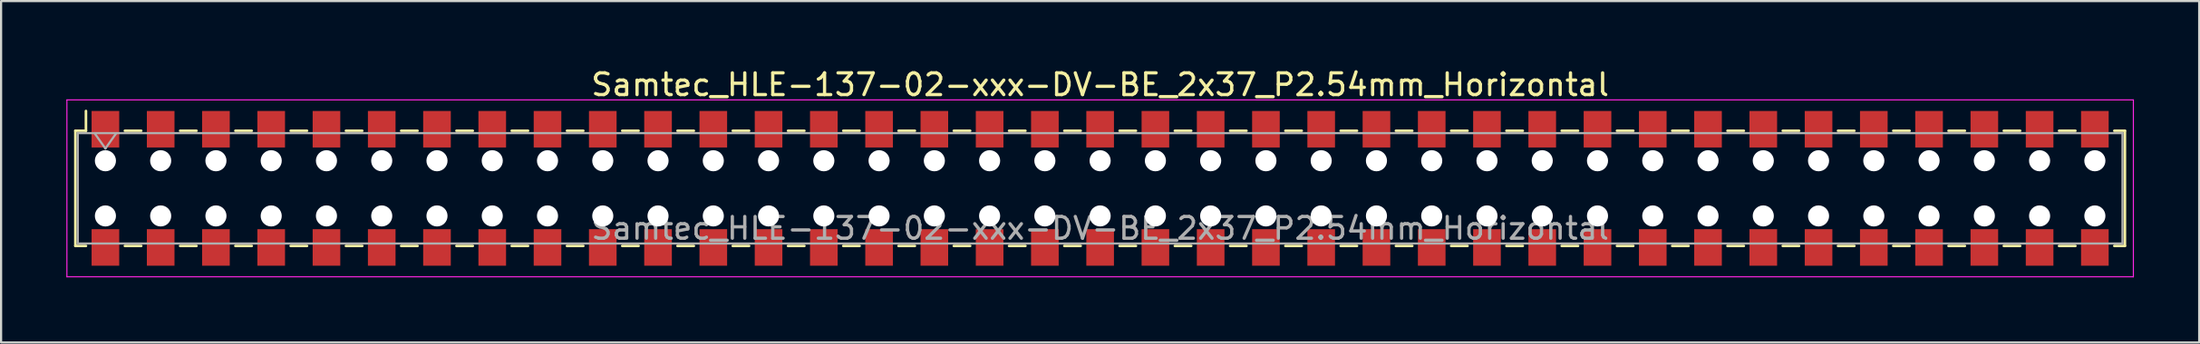
<source format=kicad_pcb>
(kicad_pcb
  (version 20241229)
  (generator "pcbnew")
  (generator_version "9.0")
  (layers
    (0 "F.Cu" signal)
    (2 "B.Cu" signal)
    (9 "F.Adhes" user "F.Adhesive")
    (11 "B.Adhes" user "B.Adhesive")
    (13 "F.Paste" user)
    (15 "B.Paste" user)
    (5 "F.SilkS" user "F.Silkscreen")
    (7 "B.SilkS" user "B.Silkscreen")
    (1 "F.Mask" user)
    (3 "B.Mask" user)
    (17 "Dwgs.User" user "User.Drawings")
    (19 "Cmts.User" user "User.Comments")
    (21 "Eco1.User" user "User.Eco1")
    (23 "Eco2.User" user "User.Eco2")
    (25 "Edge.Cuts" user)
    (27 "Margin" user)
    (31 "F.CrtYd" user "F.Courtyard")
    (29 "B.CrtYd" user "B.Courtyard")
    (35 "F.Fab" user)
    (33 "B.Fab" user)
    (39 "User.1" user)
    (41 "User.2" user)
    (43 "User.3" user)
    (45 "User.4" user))
  (footprint "Samtec_HLE-137-02-xxx-DV-BE_2x37_P2.54mm_Horizontal"
    (layer "F.Cu")
    (at 47.515 5.618)
    (property "Reference" "Samtec_HLE-137-02-xxx-DV-BE_2x37_P2.54mm_Horizontal" (at 0 -4.77 0) (layer "F.SilkS") (effects (font (size 1 1) (thickness 0.15))))
    (attr smd)
    (fp_line (start -47.1 -2.65) (end -47.1 2.65) (stroke (width 0.12) (type solid)) (layer "F.SilkS"))
    (fp_line (start -47.1 2.65) (end -46.615 2.65) (stroke (width 0.12) (type solid)) (layer "F.SilkS"))
    (fp_line (start -46.615 -3.56) (end -46.615 -2.65) (stroke (width 0.12) (type solid)) (layer "F.SilkS"))
    (fp_line (start -46.615 -2.65) (end -47.1 -2.65) (stroke (width 0.12) (type solid)) (layer "F.SilkS"))
    (fp_line (start -44.825 -2.65) (end -44.075 -2.65) (stroke (width 0.12) (type solid)) (layer "F.SilkS"))
    (fp_line (start -44.825 2.65) (end -44.075 2.65) (stroke (width 0.12) (type solid)) (layer "F.SilkS"))
    (fp_line (start -42.285 -2.65) (end -41.535 -2.65) (stroke (width 0.12) (type solid)) (layer "F.SilkS"))
    (fp_line (start -42.285 2.65) (end -41.535 2.65) (stroke (width 0.12) (type solid)) (layer "F.SilkS"))
    (fp_line (start -39.745 -2.65) (end -38.995 -2.65) (stroke (width 0.12) (type solid)) (layer "F.SilkS"))
    (fp_line (start -39.745 2.65) (end -38.995 2.65) (stroke (width 0.12) (type solid)) (layer "F.SilkS"))
    (fp_line (start -37.205 -2.65) (end -36.455 -2.65) (stroke (width 0.12) (type solid)) (layer "F.SilkS"))
    (fp_line (start -37.205 2.65) (end -36.455 2.65) (stroke (width 0.12) (type solid)) (layer "F.SilkS"))
    (fp_line (start -34.665 -2.65) (end -33.915 -2.65) (stroke (width 0.12) (type solid)) (layer "F.SilkS"))
    (fp_line (start -34.665 2.65) (end -33.915 2.65) (stroke (width 0.12) (type solid)) (layer "F.SilkS"))
    (fp_line (start -32.125 -2.65) (end -31.375 -2.65) (stroke (width 0.12) (type solid)) (layer "F.SilkS"))
    (fp_line (start -32.125 2.65) (end -31.375 2.65) (stroke (width 0.12) (type solid)) (layer "F.SilkS"))
    (fp_line (start -29.585 -2.65) (end -28.835 -2.65) (stroke (width 0.12) (type solid)) (layer "F.SilkS"))
    (fp_line (start -29.585 2.65) (end -28.835 2.65) (stroke (width 0.12) (type solid)) (layer "F.SilkS"))
    (fp_line (start -27.045 -2.65) (end -26.295 -2.65) (stroke (width 0.12) (type solid)) (layer "F.SilkS"))
    (fp_line (start -27.045 2.65) (end -26.295 2.65) (stroke (width 0.12) (type solid)) (layer "F.SilkS"))
    (fp_line (start -24.505 -2.65) (end -23.755 -2.65) (stroke (width 0.12) (type solid)) (layer "F.SilkS"))
    (fp_line (start -24.505 2.65) (end -23.755 2.65) (stroke (width 0.12) (type solid)) (layer "F.SilkS"))
    (fp_line (start -21.965 -2.65) (end -21.215 -2.65) (stroke (width 0.12) (type solid)) (layer "F.SilkS"))
    (fp_line (start -21.965 2.65) (end -21.215 2.65) (stroke (width 0.12) (type solid)) (layer "F.SilkS"))
    (fp_line (start -19.425 -2.65) (end -18.675 -2.65) (stroke (width 0.12) (type solid)) (layer "F.SilkS"))
    (fp_line (start -19.425 2.65) (end -18.675 2.65) (stroke (width 0.12) (type solid)) (layer "F.SilkS"))
    (fp_line (start -16.885 -2.65) (end -16.135 -2.65) (stroke (width 0.12) (type solid)) (layer "F.SilkS"))
    (fp_line (start -16.885 2.65) (end -16.135 2.65) (stroke (width 0.12) (type solid)) (layer "F.SilkS"))
    (fp_line (start -14.345 -2.65) (end -13.595 -2.65) (stroke (width 0.12) (type solid)) (layer "F.SilkS"))
    (fp_line (start -14.345 2.65) (end -13.595 2.65) (stroke (width 0.12) (type solid)) (layer "F.SilkS"))
    (fp_line (start -11.805 -2.65) (end -11.055 -2.65) (stroke (width 0.12) (type solid)) (layer "F.SilkS"))
    (fp_line (start -11.805 2.65) (end -11.055 2.65) (stroke (width 0.12) (type solid)) (layer "F.SilkS"))
    (fp_line (start -9.265 -2.65) (end -8.515 -2.65) (stroke (width 0.12) (type solid)) (layer "F.SilkS"))
    (fp_line (start -9.265 2.65) (end -8.515 2.65) (stroke (width 0.12) (type solid)) (layer "F.SilkS"))
    (fp_line (start -6.725 -2.65) (end -5.975 -2.65) (stroke (width 0.12) (type solid)) (layer "F.SilkS"))
    (fp_line (start -6.725 2.65) (end -5.975 2.65) (stroke (width 0.12) (type solid)) (layer "F.SilkS"))
    (fp_line (start -4.185 -2.65) (end -3.435 -2.65) (stroke (width 0.12) (type solid)) (layer "F.SilkS"))
    (fp_line (start -4.185 2.65) (end -3.435 2.65) (stroke (width 0.12) (type solid)) (layer "F.SilkS"))
    (fp_line (start -1.645 -2.65) (end -0.895 -2.65) (stroke (width 0.12) (type solid)) (layer "F.SilkS"))
    (fp_line (start -1.645 2.65) (end -0.895 2.65) (stroke (width 0.12) (type solid)) (layer "F.SilkS"))
    (fp_line (start 0.895 -2.65) (end 1.645 -2.65) (stroke (width 0.12) (type solid)) (layer "F.SilkS"))
    (fp_line (start 0.895 2.65) (end 1.645 2.65) (stroke (width 0.12) (type solid)) (layer "F.SilkS"))
    (fp_line (start 3.435 -2.65) (end 4.185 -2.65) (stroke (width 0.12) (type solid)) (layer "F.SilkS"))
    (fp_line (start 3.435 2.65) (end 4.185 2.65) (stroke (width 0.12) (type solid)) (layer "F.SilkS"))
    (fp_line (start 5.975 -2.65) (end 6.725 -2.65) (stroke (width 0.12) (type solid)) (layer "F.SilkS"))
    (fp_line (start 5.975 2.65) (end 6.725 2.65) (stroke (width 0.12) (type solid)) (layer "F.SilkS"))
    (fp_line (start 8.515 -2.65) (end 9.265 -2.65) (stroke (width 0.12) (type solid)) (layer "F.SilkS"))
    (fp_line (start 8.515 2.65) (end 9.265 2.65) (stroke (width 0.12) (type solid)) (layer "F.SilkS"))
    (fp_line (start 11.055 -2.65) (end 11.805 -2.65) (stroke (width 0.12) (type solid)) (layer "F.SilkS"))
    (fp_line (start 11.055 2.65) (end 11.805 2.65) (stroke (width 0.12) (type solid)) (layer "F.SilkS"))
    (fp_line (start 13.595 -2.65) (end 14.345 -2.65) (stroke (width 0.12) (type solid)) (layer "F.SilkS"))
    (fp_line (start 13.595 2.65) (end 14.345 2.65) (stroke (width 0.12) (type solid)) (layer "F.SilkS"))
    (fp_line (start 16.135 -2.65) (end 16.885 -2.65) (stroke (width 0.12) (type solid)) (layer "F.SilkS"))
    (fp_line (start 16.135 2.65) (end 16.885 2.65) (stroke (width 0.12) (type solid)) (layer "F.SilkS"))
    (fp_line (start 18.675 -2.65) (end 19.425 -2.65) (stroke (width 0.12) (type solid)) (layer "F.SilkS"))
    (fp_line (start 18.675 2.65) (end 19.425 2.65) (stroke (width 0.12) (type solid)) (layer "F.SilkS"))
    (fp_line (start 21.215 -2.65) (end 21.965 -2.65) (stroke (width 0.12) (type solid)) (layer "F.SilkS"))
    (fp_line (start 21.215 2.65) (end 21.965 2.65) (stroke (width 0.12) (type solid)) (layer "F.SilkS"))
    (fp_line (start 23.755 -2.65) (end 24.505 -2.65) (stroke (width 0.12) (type solid)) (layer "F.SilkS"))
    (fp_line (start 23.755 2.65) (end 24.505 2.65) (stroke (width 0.12) (type solid)) (layer "F.SilkS"))
    (fp_line (start 26.295 -2.65) (end 27.045 -2.65) (stroke (width 0.12) (type solid)) (layer "F.SilkS"))
    (fp_line (start 26.295 2.65) (end 27.045 2.65) (stroke (width 0.12) (type solid)) (layer "F.SilkS"))
    (fp_line (start 28.835 -2.65) (end 29.585 -2.65) (stroke (width 0.12) (type solid)) (layer "F.SilkS"))
    (fp_line (start 28.835 2.65) (end 29.585 2.65) (stroke (width 0.12) (type solid)) (layer "F.SilkS"))
    (fp_line (start 31.375 -2.65) (end 32.125 -2.65) (stroke (width 0.12) (type solid)) (layer "F.SilkS"))
    (fp_line (start 31.375 2.65) (end 32.125 2.65) (stroke (width 0.12) (type solid)) (layer "F.SilkS"))
    (fp_line (start 33.915 -2.65) (end 34.665 -2.65) (stroke (width 0.12) (type solid)) (layer "F.SilkS"))
    (fp_line (start 33.915 2.65) (end 34.665 2.65) (stroke (width 0.12) (type solid)) (layer "F.SilkS"))
    (fp_line (start 36.455 -2.65) (end 37.205 -2.65) (stroke (width 0.12) (type solid)) (layer "F.SilkS"))
    (fp_line (start 36.455 2.65) (end 37.205 2.65) (stroke (width 0.12) (type solid)) (layer "F.SilkS"))
    (fp_line (start 38.995 -2.65) (end 39.745 -2.65) (stroke (width 0.12) (type solid)) (layer "F.SilkS"))
    (fp_line (start 38.995 2.65) (end 39.745 2.65) (stroke (width 0.12) (type solid)) (layer "F.SilkS"))
    (fp_line (start 41.535 -2.65) (end 42.285 -2.65) (stroke (width 0.12) (type solid)) (layer "F.SilkS"))
    (fp_line (start 41.535 2.65) (end 42.285 2.65) (stroke (width 0.12) (type solid)) (layer "F.SilkS"))
    (fp_line (start 44.075 -2.65) (end 44.825 -2.65) (stroke (width 0.12) (type solid)) (layer "F.SilkS"))
    (fp_line (start 44.075 2.65) (end 44.825 2.65) (stroke (width 0.12) (type solid)) (layer "F.SilkS"))
    (fp_line (start 46.615 -2.65) (end 47.1 -2.65) (stroke (width 0.12) (type solid)) (layer "F.SilkS"))
    (fp_line (start 47.1 -2.65) (end 47.1 2.65) (stroke (width 0.12) (type solid)) (layer "F.SilkS"))
    (fp_line (start 47.1 2.65) (end 46.615 2.65) (stroke (width 0.12) (type solid)) (layer "F.SilkS"))
    (fp_line (start -47.49 -4.07) (end 47.49 -4.07) (stroke (width 0.05) (type solid)) (layer "F.CrtYd"))
    (fp_line (start -47.49 4.07) (end -47.49 -4.07) (stroke (width 0.05) (type solid)) (layer "F.CrtYd"))
    (fp_line (start 47.49 -4.07) (end 47.49 4.07) (stroke (width 0.05) (type solid)) (layer "F.CrtYd"))
    (fp_line (start 47.49 4.07) (end -47.49 4.07) (stroke (width 0.05) (type solid)) (layer "F.CrtYd"))
    (fp_line (start -46.99 -2.54) (end 46.99 -2.54) (stroke (width 0.1) (type solid)) (layer "F.Fab"))
    (fp_line (start -46.99 2.54) (end -46.99 -2.54) (stroke (width 0.1) (type solid)) (layer "F.Fab"))
    (fp_line (start -46.22 -2.54) (end -45.72 -1.833) (stroke (width 0.1) (type solid)) (layer "F.Fab"))
    (fp_line (start -45.72 -1.833) (end -45.22 -2.54) (stroke (width 0.1) (type solid)) (layer "F.Fab"))
    (fp_line (start 46.99 -2.54) (end 46.99 2.54) (stroke (width 0.1) (type solid)) (layer "F.Fab"))
    (fp_line (start 46.99 2.54) (end -46.99 2.54) (stroke (width 0.1) (type solid)) (layer "F.Fab"))
    (fp_text user "${REFERENCE}" (at 0 1.84 0) (layer "F.Fab") (effects (font (size 1 1) (thickness 0.15))))
    (pad "" np_thru_hole circle (at -45.72 -1.27) (size 0.97 0.97) (drill 0.97) (layers "*.Cu" "*.Mask"))
    (pad "" np_thru_hole circle (at -45.72 1.27) (size 0.97 0.97) (drill 0.97) (layers "*.Cu" "*.Mask"))
    (pad "" np_thru_hole circle (at -43.18 -1.27) (size 0.97 0.97) (drill 0.97) (layers "*.Cu" "*.Mask"))
    (pad "" np_thru_hole circle (at -43.18 1.27) (size 0.97 0.97) (drill 0.97) (layers "*.Cu" "*.Mask"))
    (pad "" np_thru_hole circle (at -40.64 -1.27) (size 0.97 0.97) (drill 0.97) (layers "*.Cu" "*.Mask"))
    (pad "" np_thru_hole circle (at -40.64 1.27) (size 0.97 0.97) (drill 0.97) (layers "*.Cu" "*.Mask"))
    (pad "" np_thru_hole circle (at -38.1 -1.27) (size 0.97 0.97) (drill 0.97) (layers "*.Cu" "*.Mask"))
    (pad "" np_thru_hole circle (at -38.1 1.27) (size 0.97 0.97) (drill 0.97) (layers "*.Cu" "*.Mask"))
    (pad "" np_thru_hole circle (at -35.56 -1.27) (size 0.97 0.97) (drill 0.97) (layers "*.Cu" "*.Mask"))
    (pad "" np_thru_hole circle (at -35.56 1.27) (size 0.97 0.97) (drill 0.97) (layers "*.Cu" "*.Mask"))
    (pad "" np_thru_hole circle (at -33.02 -1.27) (size 0.97 0.97) (drill 0.97) (layers "*.Cu" "*.Mask"))
    (pad "" np_thru_hole circle (at -33.02 1.27) (size 0.97 0.97) (drill 0.97) (layers "*.Cu" "*.Mask"))
    (pad "" np_thru_hole circle (at -30.48 -1.27) (size 0.97 0.97) (drill 0.97) (layers "*.Cu" "*.Mask"))
    (pad "" np_thru_hole circle (at -30.48 1.27) (size 0.97 0.97) (drill 0.97) (layers "*.Cu" "*.Mask"))
    (pad "" np_thru_hole circle (at -27.94 -1.27) (size 0.97 0.97) (drill 0.97) (layers "*.Cu" "*.Mask"))
    (pad "" np_thru_hole circle (at -27.94 1.27) (size 0.97 0.97) (drill 0.97) (layers "*.Cu" "*.Mask"))
    (pad "" np_thru_hole circle (at -25.4 -1.27) (size 0.97 0.97) (drill 0.97) (layers "*.Cu" "*.Mask"))
    (pad "" np_thru_hole circle (at -25.4 1.27) (size 0.97 0.97) (drill 0.97) (layers "*.Cu" "*.Mask"))
    (pad "" np_thru_hole circle (at -22.86 -1.27) (size 0.97 0.97) (drill 0.97) (layers "*.Cu" "*.Mask"))
    (pad "" np_thru_hole circle (at -22.86 1.27) (size 0.97 0.97) (drill 0.97) (layers "*.Cu" "*.Mask"))
    (pad "" np_thru_hole circle (at -20.32 -1.27) (size 0.97 0.97) (drill 0.97) (layers "*.Cu" "*.Mask"))
    (pad "" np_thru_hole circle (at -20.32 1.27) (size 0.97 0.97) (drill 0.97) (layers "*.Cu" "*.Mask"))
    (pad "" np_thru_hole circle (at -17.78 -1.27) (size 0.97 0.97) (drill 0.97) (layers "*.Cu" "*.Mask"))
    (pad "" np_thru_hole circle (at -17.78 1.27) (size 0.97 0.97) (drill 0.97) (layers "*.Cu" "*.Mask"))
    (pad "" np_thru_hole circle (at -15.24 -1.27) (size 0.97 0.97) (drill 0.97) (layers "*.Cu" "*.Mask"))
    (pad "" np_thru_hole circle (at -15.24 1.27) (size 0.97 0.97) (drill 0.97) (layers "*.Cu" "*.Mask"))
    (pad "" np_thru_hole circle (at -12.7 -1.27) (size 0.97 0.97) (drill 0.97) (layers "*.Cu" "*.Mask"))
    (pad "" np_thru_hole circle (at -12.7 1.27) (size 0.97 0.97) (drill 0.97) (layers "*.Cu" "*.Mask"))
    (pad "" np_thru_hole circle (at -10.16 -1.27) (size 0.97 0.97) (drill 0.97) (layers "*.Cu" "*.Mask"))
    (pad "" np_thru_hole circle (at -10.16 1.27) (size 0.97 0.97) (drill 0.97) (layers "*.Cu" "*.Mask"))
    (pad "" np_thru_hole circle (at -7.62 -1.27) (size 0.97 0.97) (drill 0.97) (layers "*.Cu" "*.Mask"))
    (pad "" np_thru_hole circle (at -7.62 1.27) (size 0.97 0.97) (drill 0.97) (layers "*.Cu" "*.Mask"))
    (pad "" np_thru_hole circle (at -5.08 -1.27) (size 0.97 0.97) (drill 0.97) (layers "*.Cu" "*.Mask"))
    (pad "" np_thru_hole circle (at -5.08 1.27) (size 0.97 0.97) (drill 0.97) (layers "*.Cu" "*.Mask"))
    (pad "" np_thru_hole circle (at -2.54 -1.27) (size 0.97 0.97) (drill 0.97) (layers "*.Cu" "*.Mask"))
    (pad "" np_thru_hole circle (at -2.54 1.27) (size 0.97 0.97) (drill 0.97) (layers "*.Cu" "*.Mask"))
    (pad "" np_thru_hole circle (at 0 -1.27) (size 0.97 0.97) (drill 0.97) (layers "*.Cu" "*.Mask"))
    (pad "" np_thru_hole circle (at 0 1.27) (size 0.97 0.97) (drill 0.97) (layers "*.Cu" "*.Mask"))
    (pad "" np_thru_hole circle (at 2.54 -1.27) (size 0.97 0.97) (drill 0.97) (layers "*.Cu" "*.Mask"))
    (pad "" np_thru_hole circle (at 2.54 1.27) (size 0.97 0.97) (drill 0.97) (layers "*.Cu" "*.Mask"))
    (pad "" np_thru_hole circle (at 5.08 -1.27) (size 0.97 0.97) (drill 0.97) (layers "*.Cu" "*.Mask"))
    (pad "" np_thru_hole circle (at 5.08 1.27) (size 0.97 0.97) (drill 0.97) (layers "*.Cu" "*.Mask"))
    (pad "" np_thru_hole circle (at 7.62 -1.27) (size 0.97 0.97) (drill 0.97) (layers "*.Cu" "*.Mask"))
    (pad "" np_thru_hole circle (at 7.62 1.27) (size 0.97 0.97) (drill 0.97) (layers "*.Cu" "*.Mask"))
    (pad "" np_thru_hole circle (at 10.16 -1.27) (size 0.97 0.97) (drill 0.97) (layers "*.Cu" "*.Mask"))
    (pad "" np_thru_hole circle (at 10.16 1.27) (size 0.97 0.97) (drill 0.97) (layers "*.Cu" "*.Mask"))
    (pad "" np_thru_hole circle (at 12.7 -1.27) (size 0.97 0.97) (drill 0.97) (layers "*.Cu" "*.Mask"))
    (pad "" np_thru_hole circle (at 12.7 1.27) (size 0.97 0.97) (drill 0.97) (layers "*.Cu" "*.Mask"))
    (pad "" np_thru_hole circle (at 15.24 -1.27) (size 0.97 0.97) (drill 0.97) (layers "*.Cu" "*.Mask"))
    (pad "" np_thru_hole circle (at 15.24 1.27) (size 0.97 0.97) (drill 0.97) (layers "*.Cu" "*.Mask"))
    (pad "" np_thru_hole circle (at 17.78 -1.27) (size 0.97 0.97) (drill 0.97) (layers "*.Cu" "*.Mask"))
    (pad "" np_thru_hole circle (at 17.78 1.27) (size 0.97 0.97) (drill 0.97) (layers "*.Cu" "*.Mask"))
    (pad "" np_thru_hole circle (at 20.32 -1.27) (size 0.97 0.97) (drill 0.97) (layers "*.Cu" "*.Mask"))
    (pad "" np_thru_hole circle (at 20.32 1.27) (size 0.97 0.97) (drill 0.97) (layers "*.Cu" "*.Mask"))
    (pad "" np_thru_hole circle (at 22.86 -1.27) (size 0.97 0.97) (drill 0.97) (layers "*.Cu" "*.Mask"))
    (pad "" np_thru_hole circle (at 22.86 1.27) (size 0.97 0.97) (drill 0.97) (layers "*.Cu" "*.Mask"))
    (pad "" np_thru_hole circle (at 25.4 -1.27) (size 0.97 0.97) (drill 0.97) (layers "*.Cu" "*.Mask"))
    (pad "" np_thru_hole circle (at 25.4 1.27) (size 0.97 0.97) (drill 0.97) (layers "*.Cu" "*.Mask"))
    (pad "" np_thru_hole circle (at 27.94 -1.27) (size 0.97 0.97) (drill 0.97) (layers "*.Cu" "*.Mask"))
    (pad "" np_thru_hole circle (at 27.94 1.27) (size 0.97 0.97) (drill 0.97) (layers "*.Cu" "*.Mask"))
    (pad "" np_thru_hole circle (at 30.48 -1.27) (size 0.97 0.97) (drill 0.97) (layers "*.Cu" "*.Mask"))
    (pad "" np_thru_hole circle (at 30.48 1.27) (size 0.97 0.97) (drill 0.97) (layers "*.Cu" "*.Mask"))
    (pad "" np_thru_hole circle (at 33.02 -1.27) (size 0.97 0.97) (drill 0.97) (layers "*.Cu" "*.Mask"))
    (pad "" np_thru_hole circle (at 33.02 1.27) (size 0.97 0.97) (drill 0.97) (layers "*.Cu" "*.Mask"))
    (pad "" np_thru_hole circle (at 35.56 -1.27) (size 0.97 0.97) (drill 0.97) (layers "*.Cu" "*.Mask"))
    (pad "" np_thru_hole circle (at 35.56 1.27) (size 0.97 0.97) (drill 0.97) (layers "*.Cu" "*.Mask"))
    (pad "" np_thru_hole circle (at 38.1 -1.27) (size 0.97 0.97) (drill 0.97) (layers "*.Cu" "*.Mask"))
    (pad "" np_thru_hole circle (at 38.1 1.27) (size 0.97 0.97) (drill 0.97) (layers "*.Cu" "*.Mask"))
    (pad "" np_thru_hole circle (at 40.64 -1.27) (size 0.97 0.97) (drill 0.97) (layers "*.Cu" "*.Mask"))
    (pad "" np_thru_hole circle (at 40.64 1.27) (size 0.97 0.97) (drill 0.97) (layers "*.Cu" "*.Mask"))
    (pad "" np_thru_hole circle (at 43.18 -1.27) (size 0.97 0.97) (drill 0.97) (layers "*.Cu" "*.Mask"))
    (pad "" np_thru_hole circle (at 43.18 1.27) (size 0.97 0.97) (drill 0.97) (layers "*.Cu" "*.Mask"))
    (pad "" np_thru_hole circle (at 45.72 -1.27) (size 0.97 0.97) (drill 0.97) (layers "*.Cu" "*.Mask"))
    (pad "" np_thru_hole circle (at 45.72 1.27) (size 0.97 0.97) (drill 0.97) (layers "*.Cu" "*.Mask"))
    (pad "1" smd rect (at -45.72 -2.72) (size 1.27 1.68) (layers "F.Cu" "F.Mask" "F.Paste"))
    (pad "2" smd rect (at -45.72 2.72) (size 1.27 1.68) (layers "F.Cu" "F.Mask" "F.Paste"))
    (pad "3" smd rect (at -43.18 -2.72) (size 1.27 1.68) (layers "F.Cu" "F.Mask" "F.Paste"))
    (pad "4" smd rect (at -43.18 2.72) (size 1.27 1.68) (layers "F.Cu" "F.Mask" "F.Paste"))
    (pad "5" smd rect (at -40.64 -2.72) (size 1.27 1.68) (layers "F.Cu" "F.Mask" "F.Paste"))
    (pad "6" smd rect (at -40.64 2.72) (size 1.27 1.68) (layers "F.Cu" "F.Mask" "F.Paste"))
    (pad "7" smd rect (at -38.1 -2.72) (size 1.27 1.68) (layers "F.Cu" "F.Mask" "F.Paste"))
    (pad "8" smd rect (at -38.1 2.72) (size 1.27 1.68) (layers "F.Cu" "F.Mask" "F.Paste"))
    (pad "9" smd rect (at -35.56 -2.72) (size 1.27 1.68) (layers "F.Cu" "F.Mask" "F.Paste"))
    (pad "10" smd rect (at -35.56 2.72) (size 1.27 1.68) (layers "F.Cu" "F.Mask" "F.Paste"))
    (pad "11" smd rect (at -33.02 -2.72) (size 1.27 1.68) (layers "F.Cu" "F.Mask" "F.Paste"))
    (pad "12" smd rect (at -33.02 2.72) (size 1.27 1.68) (layers "F.Cu" "F.Mask" "F.Paste"))
    (pad "13" smd rect (at -30.48 -2.72) (size 1.27 1.68) (layers "F.Cu" "F.Mask" "F.Paste"))
    (pad "14" smd rect (at -30.48 2.72) (size 1.27 1.68) (layers "F.Cu" "F.Mask" "F.Paste"))
    (pad "15" smd rect (at -27.94 -2.72) (size 1.27 1.68) (layers "F.Cu" "F.Mask" "F.Paste"))
    (pad "16" smd rect (at -27.94 2.72) (size 1.27 1.68) (layers "F.Cu" "F.Mask" "F.Paste"))
    (pad "17" smd rect (at -25.4 -2.72) (size 1.27 1.68) (layers "F.Cu" "F.Mask" "F.Paste"))
    (pad "18" smd rect (at -25.4 2.72) (size 1.27 1.68) (layers "F.Cu" "F.Mask" "F.Paste"))
    (pad "19" smd rect (at -22.86 -2.72) (size 1.27 1.68) (layers "F.Cu" "F.Mask" "F.Paste"))
    (pad "20" smd rect (at -22.86 2.72) (size 1.27 1.68) (layers "F.Cu" "F.Mask" "F.Paste"))
    (pad "21" smd rect (at -20.32 -2.72) (size 1.27 1.68) (layers "F.Cu" "F.Mask" "F.Paste"))
    (pad "22" smd rect (at -20.32 2.72) (size 1.27 1.68) (layers "F.Cu" "F.Mask" "F.Paste"))
    (pad "23" smd rect (at -17.78 -2.72) (size 1.27 1.68) (layers "F.Cu" "F.Mask" "F.Paste"))
    (pad "24" smd rect (at -17.78 2.72) (size 1.27 1.68) (layers "F.Cu" "F.Mask" "F.Paste"))
    (pad "25" smd rect (at -15.24 -2.72) (size 1.27 1.68) (layers "F.Cu" "F.Mask" "F.Paste"))
    (pad "26" smd rect (at -15.24 2.72) (size 1.27 1.68) (layers "F.Cu" "F.Mask" "F.Paste"))
    (pad "27" smd rect (at -12.7 -2.72) (size 1.27 1.68) (layers "F.Cu" "F.Mask" "F.Paste"))
    (pad "28" smd rect (at -12.7 2.72) (size 1.27 1.68) (layers "F.Cu" "F.Mask" "F.Paste"))
    (pad "29" smd rect (at -10.16 -2.72) (size 1.27 1.68) (layers "F.Cu" "F.Mask" "F.Paste"))
    (pad "30" smd rect (at -10.16 2.72) (size 1.27 1.68) (layers "F.Cu" "F.Mask" "F.Paste"))
    (pad "31" smd rect (at -7.62 -2.72) (size 1.27 1.68) (layers "F.Cu" "F.Mask" "F.Paste"))
    (pad "32" smd rect (at -7.62 2.72) (size 1.27 1.68) (layers "F.Cu" "F.Mask" "F.Paste"))
    (pad "33" smd rect (at -5.08 -2.72) (size 1.27 1.68) (layers "F.Cu" "F.Mask" "F.Paste"))
    (pad "34" smd rect (at -5.08 2.72) (size 1.27 1.68) (layers "F.Cu" "F.Mask" "F.Paste"))
    (pad "35" smd rect (at -2.54 -2.72) (size 1.27 1.68) (layers "F.Cu" "F.Mask" "F.Paste"))
    (pad "36" smd rect (at -2.54 2.72) (size 1.27 1.68) (layers "F.Cu" "F.Mask" "F.Paste"))
    (pad "37" smd rect (at 0 -2.72) (size 1.27 1.68) (layers "F.Cu" "F.Mask" "F.Paste"))
    (pad "38" smd rect (at 0 2.72) (size 1.27 1.68) (layers "F.Cu" "F.Mask" "F.Paste"))
    (pad "39" smd rect (at 2.54 -2.72) (size 1.27 1.68) (layers "F.Cu" "F.Mask" "F.Paste"))
    (pad "40" smd rect (at 2.54 2.72) (size 1.27 1.68) (layers "F.Cu" "F.Mask" "F.Paste"))
    (pad "41" smd rect (at 5.08 -2.72) (size 1.27 1.68) (layers "F.Cu" "F.Mask" "F.Paste"))
    (pad "42" smd rect (at 5.08 2.72) (size 1.27 1.68) (layers "F.Cu" "F.Mask" "F.Paste"))
    (pad "43" smd rect (at 7.62 -2.72) (size 1.27 1.68) (layers "F.Cu" "F.Mask" "F.Paste"))
    (pad "44" smd rect (at 7.62 2.72) (size 1.27 1.68) (layers "F.Cu" "F.Mask" "F.Paste"))
    (pad "45" smd rect (at 10.16 -2.72) (size 1.27 1.68) (layers "F.Cu" "F.Mask" "F.Paste"))
    (pad "46" smd rect (at 10.16 2.72) (size 1.27 1.68) (layers "F.Cu" "F.Mask" "F.Paste"))
    (pad "47" smd rect (at 12.7 -2.72) (size 1.27 1.68) (layers "F.Cu" "F.Mask" "F.Paste"))
    (pad "48" smd rect (at 12.7 2.72) (size 1.27 1.68) (layers "F.Cu" "F.Mask" "F.Paste"))
    (pad "49" smd rect (at 15.24 -2.72) (size 1.27 1.68) (layers "F.Cu" "F.Mask" "F.Paste"))
    (pad "50" smd rect (at 15.24 2.72) (size 1.27 1.68) (layers "F.Cu" "F.Mask" "F.Paste"))
    (pad "51" smd rect (at 17.78 -2.72) (size 1.27 1.68) (layers "F.Cu" "F.Mask" "F.Paste"))
    (pad "52" smd rect (at 17.78 2.72) (size 1.27 1.68) (layers "F.Cu" "F.Mask" "F.Paste"))
    (pad "53" smd rect (at 20.32 -2.72) (size 1.27 1.68) (layers "F.Cu" "F.Mask" "F.Paste"))
    (pad "54" smd rect (at 20.32 2.72) (size 1.27 1.68) (layers "F.Cu" "F.Mask" "F.Paste"))
    (pad "55" smd rect (at 22.86 -2.72) (size 1.27 1.68) (layers "F.Cu" "F.Mask" "F.Paste"))
    (pad "56" smd rect (at 22.86 2.72) (size 1.27 1.68) (layers "F.Cu" "F.Mask" "F.Paste"))
    (pad "57" smd rect (at 25.4 -2.72) (size 1.27 1.68) (layers "F.Cu" "F.Mask" "F.Paste"))
    (pad "58" smd rect (at 25.4 2.72) (size 1.27 1.68) (layers "F.Cu" "F.Mask" "F.Paste"))
    (pad "59" smd rect (at 27.94 -2.72) (size 1.27 1.68) (layers "F.Cu" "F.Mask" "F.Paste"))
    (pad "60" smd rect (at 27.94 2.72) (size 1.27 1.68) (layers "F.Cu" "F.Mask" "F.Paste"))
    (pad "61" smd rect (at 30.48 -2.72) (size 1.27 1.68) (layers "F.Cu" "F.Mask" "F.Paste"))
    (pad "62" smd rect (at 30.48 2.72) (size 1.27 1.68) (layers "F.Cu" "F.Mask" "F.Paste"))
    (pad "63" smd rect (at 33.02 -2.72) (size 1.27 1.68) (layers "F.Cu" "F.Mask" "F.Paste"))
    (pad "64" smd rect (at 33.02 2.72) (size 1.27 1.68) (layers "F.Cu" "F.Mask" "F.Paste"))
    (pad "65" smd rect (at 35.56 -2.72) (size 1.27 1.68) (layers "F.Cu" "F.Mask" "F.Paste"))
    (pad "66" smd rect (at 35.56 2.72) (size 1.27 1.68) (layers "F.Cu" "F.Mask" "F.Paste"))
    (pad "67" smd rect (at 38.1 -2.72) (size 1.27 1.68) (layers "F.Cu" "F.Mask" "F.Paste"))
    (pad "68" smd rect (at 38.1 2.72) (size 1.27 1.68) (layers "F.Cu" "F.Mask" "F.Paste"))
    (pad "69" smd rect (at 40.64 -2.72) (size 1.27 1.68) (layers "F.Cu" "F.Mask" "F.Paste"))
    (pad "70" smd rect (at 40.64 2.72) (size 1.27 1.68) (layers "F.Cu" "F.Mask" "F.Paste"))
    (pad "71" smd rect (at 43.18 -2.72) (size 1.27 1.68) (layers "F.Cu" "F.Mask" "F.Paste"))
    (pad "72" smd rect (at 43.18 2.72) (size 1.27 1.68) (layers "F.Cu" "F.Mask" "F.Paste"))
    (pad "73" smd rect (at 45.72 -2.72) (size 1.27 1.68) (layers "F.Cu" "F.Mask" "F.Paste"))
    (pad "74" smd rect (at 45.72 2.72) (size 1.27 1.68) (layers "F.Cu" "F.Mask" "F.Paste")))
  (gr_rect
    (start -3 -3)
    (end 98.03 12.713)
    (stroke (width 0.1) (type default))
    (fill no)
    (layer "Edge.Cuts")))
</source>
